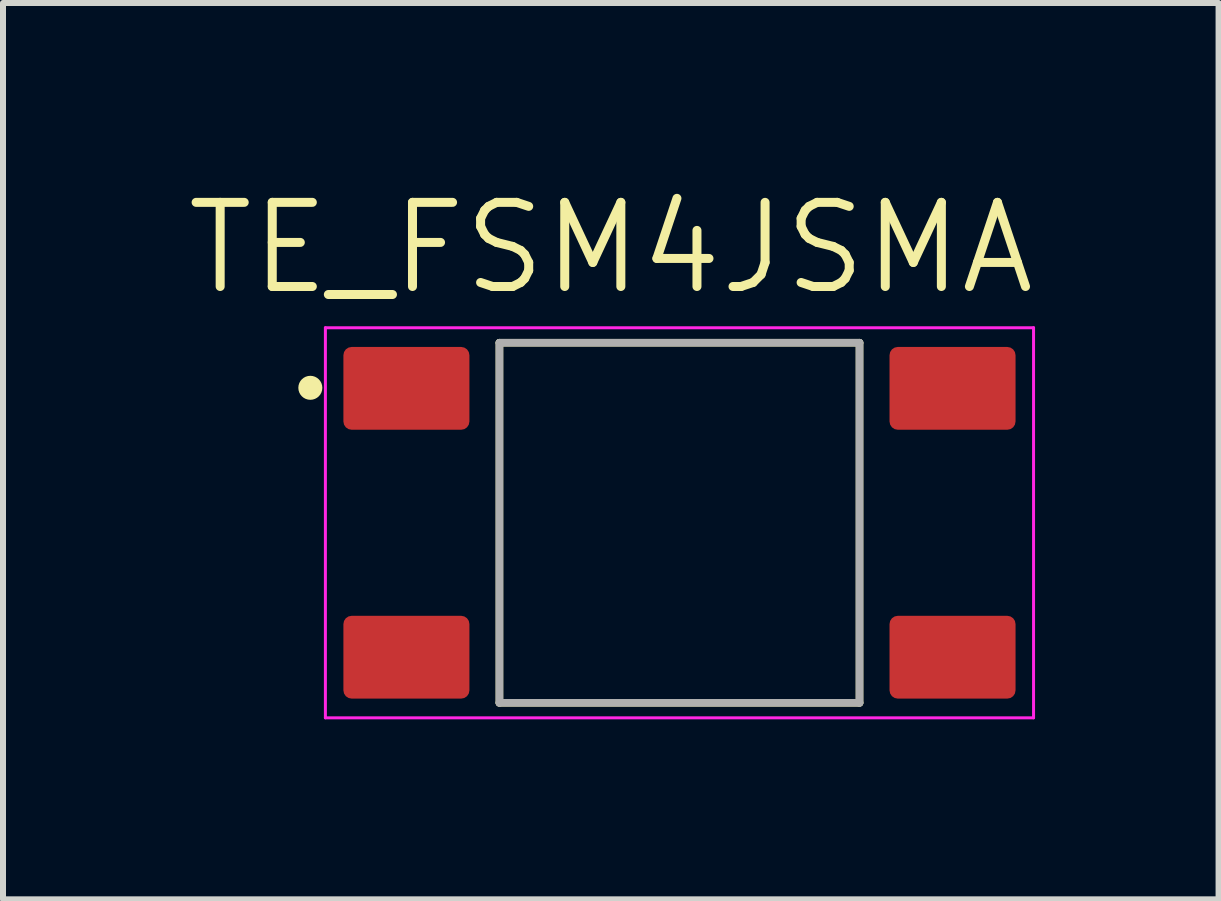
<source format=kicad_pcb>
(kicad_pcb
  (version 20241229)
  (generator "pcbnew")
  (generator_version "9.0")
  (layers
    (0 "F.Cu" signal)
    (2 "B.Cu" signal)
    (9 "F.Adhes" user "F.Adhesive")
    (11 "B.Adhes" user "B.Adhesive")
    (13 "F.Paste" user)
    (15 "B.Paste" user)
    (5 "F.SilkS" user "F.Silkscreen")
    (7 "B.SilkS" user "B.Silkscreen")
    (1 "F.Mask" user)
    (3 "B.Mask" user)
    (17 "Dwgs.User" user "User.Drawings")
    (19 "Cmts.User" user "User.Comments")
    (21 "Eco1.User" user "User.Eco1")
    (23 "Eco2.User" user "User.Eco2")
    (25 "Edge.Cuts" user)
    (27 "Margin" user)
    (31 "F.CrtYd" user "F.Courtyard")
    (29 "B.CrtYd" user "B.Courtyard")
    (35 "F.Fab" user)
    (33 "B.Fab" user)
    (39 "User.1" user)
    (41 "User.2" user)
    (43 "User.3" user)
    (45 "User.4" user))
  (footprint "TE_FSM4JSMA"
    (layer "F.Cu")
    (at 8.272 5.661)
    (property "Reference" "TE_FSM4JSMA" (at -1.144 -4.578 0) (layer "F.SilkS") (effects (font (size 1.402 1.402) (thickness 0.15))))
    (attr through_hole)
    (fp_line (start -3 -3) (end 3 -3) (stroke (width 0.127) (type solid)) (layer "F.SilkS"))
    (fp_line (start -3 3) (end -3 -3) (stroke (width 0.127) (type solid)) (layer "F.SilkS"))
    (fp_line (start 3 -3) (end 3 3) (stroke (width 0.127) (type solid)) (layer "F.SilkS"))
    (fp_line (start 3 3) (end -3 3) (stroke (width 0.127) (type solid)) (layer "F.SilkS"))
    (fp_circle (center -6.151 -2.249) (end -6.051 -2.249) (stroke (width 0.2) (type solid)) (fill no) (layer "F.SilkS"))
    (fp_line (start -5.9 -3.25) (end -5.9 3.25) (stroke (width 0.05) (type solid)) (layer "F.CrtYd"))
    (fp_line (start -5.9 3.25) (end 5.9 3.25) (stroke (width 0.05) (type solid)) (layer "F.CrtYd"))
    (fp_line (start 5.9 -3.25) (end -5.9 -3.25) (stroke (width 0.05) (type solid)) (layer "F.CrtYd"))
    (fp_line (start 5.9 3.25) (end 5.9 -3.25) (stroke (width 0.05) (type solid)) (layer "F.CrtYd"))
    (fp_line (start -3 -3) (end -3 3) (stroke (width 0.127) (type solid)) (layer "F.Fab"))
    (fp_line (start -3 3) (end 3 3) (stroke (width 0.127) (type solid)) (layer "F.Fab"))
    (fp_line (start 3 -3) (end -3 -3) (stroke (width 0.127) (type solid)) (layer "F.Fab"))
    (fp_line (start 3 3) (end 3 -3) (stroke (width 0.127) (type solid)) (layer "F.Fab"))
    (pad "1" smd roundrect (at -4.55 -2.24 180) (size 2.1 1.38) (layers "F.Cu" "F.Mask" "F.Paste") (roundrect_rratio 0.1))
    (pad "2" smd roundrect (at 4.55 -2.24 180) (size 2.1 1.38) (layers "F.Cu" "F.Mask" "F.Paste") (roundrect_rratio 0.1))
    (pad "3" smd roundrect (at -4.55 2.24 180) (size 2.1 1.38) (layers "F.Cu" "F.Mask" "F.Paste") (roundrect_rratio 0.1))
    (pad "4" smd roundrect (at 4.55 2.24 180) (size 2.1 1.38) (layers "F.Cu" "F.Mask" "F.Paste") (roundrect_rratio 0.1)))
  (gr_rect
    (start -3 -3)
    (end 17.255 11.936)
    (stroke (width 0.1) (type default))
    (fill no)
    (layer "Edge.Cuts")))
</source>
